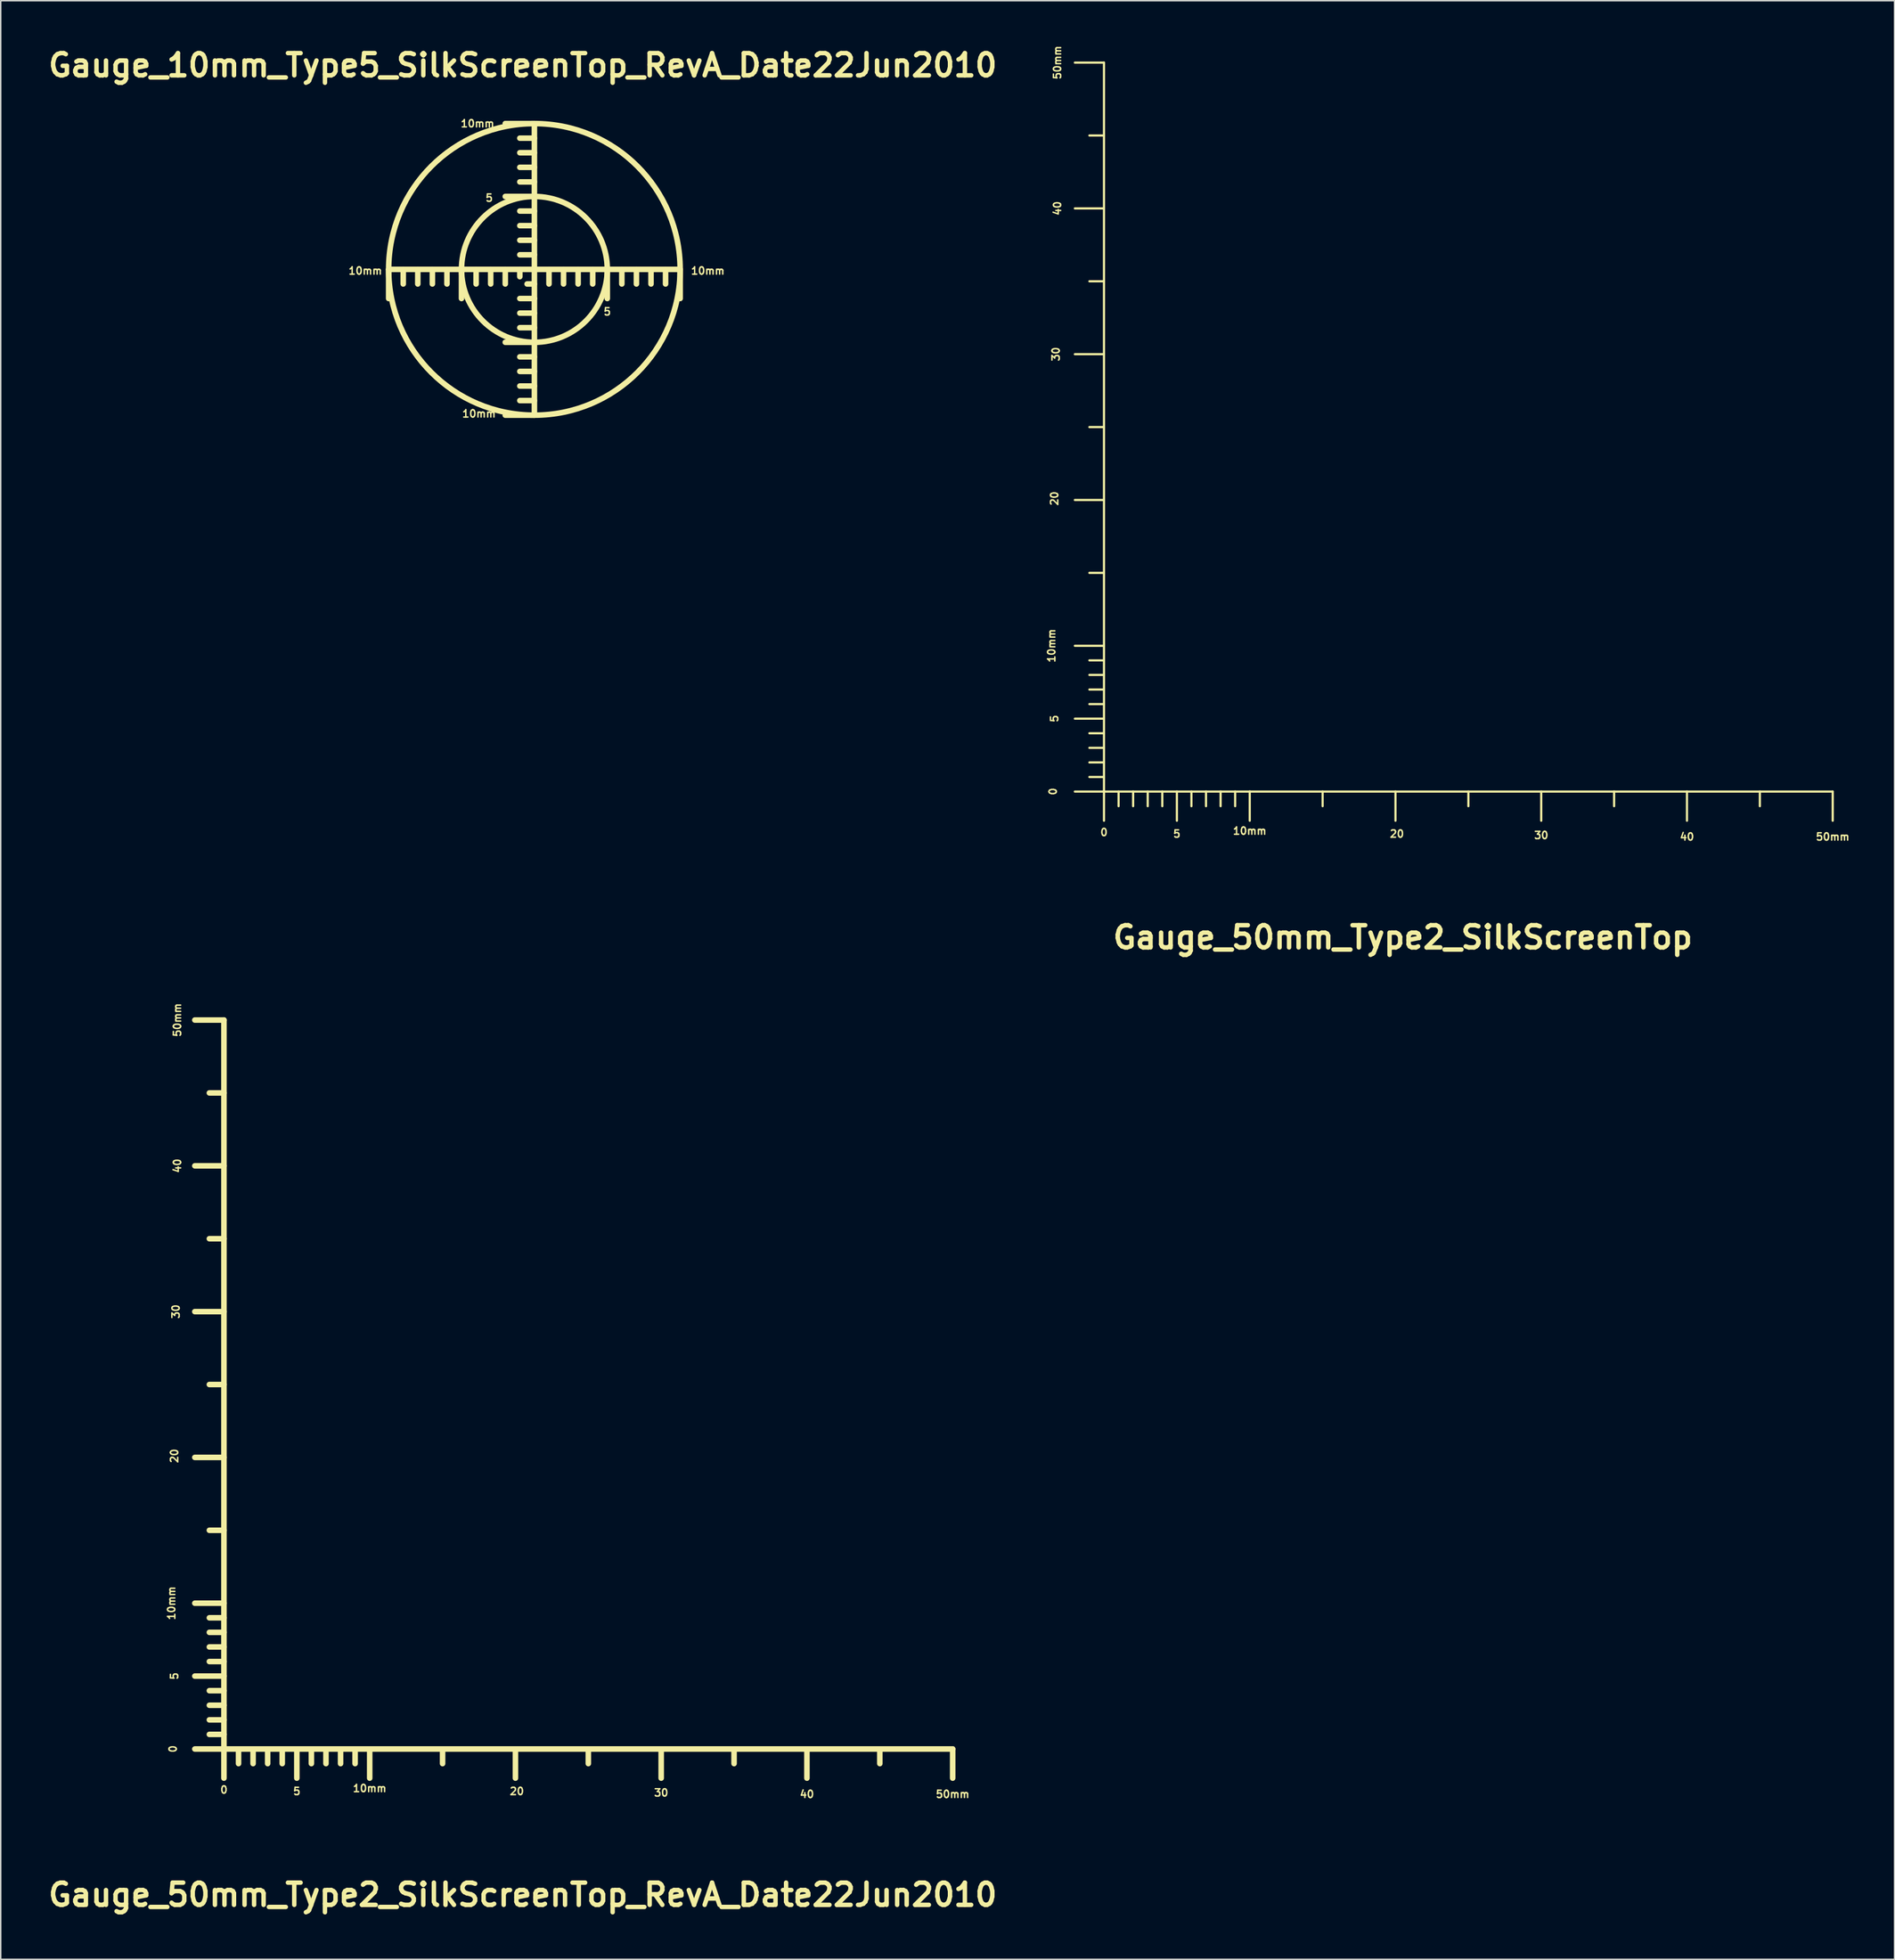
<source format=kicad_pcb>
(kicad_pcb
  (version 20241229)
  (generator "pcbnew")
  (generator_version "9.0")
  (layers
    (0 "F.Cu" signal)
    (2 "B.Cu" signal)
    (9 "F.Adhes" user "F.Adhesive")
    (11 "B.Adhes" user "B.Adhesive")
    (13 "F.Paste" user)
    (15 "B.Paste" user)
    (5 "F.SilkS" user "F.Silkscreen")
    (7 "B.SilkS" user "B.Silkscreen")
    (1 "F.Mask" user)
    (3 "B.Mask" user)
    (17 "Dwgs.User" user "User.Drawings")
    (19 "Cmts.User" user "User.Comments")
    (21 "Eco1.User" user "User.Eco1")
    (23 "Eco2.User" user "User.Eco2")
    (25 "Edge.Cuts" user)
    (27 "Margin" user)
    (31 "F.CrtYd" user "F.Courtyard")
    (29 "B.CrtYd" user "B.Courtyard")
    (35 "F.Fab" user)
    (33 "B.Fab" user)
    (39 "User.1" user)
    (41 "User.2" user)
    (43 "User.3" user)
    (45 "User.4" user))
  (footprint "Gauge_50mm_Type2_SilkScreenTop"
    (layer "F.Cu")
    (at 72.699 51.245)
    (property "Reference" "Gauge_50mm_Type2_SilkScreenTop" (at 20.5 10 0) (layer "F.SilkS") (effects (font (size 1.524 1.524) (thickness 0.305))))
    (attr through_hole)
    (fp_line (start 0 -50) (end -1.999 -50) (stroke (width 0.15) (type solid)) (layer "F.SilkS"))
    (fp_line (start 0 -45.001) (end -1.001 -45.001) (stroke (width 0.15) (type solid)) (layer "F.SilkS"))
    (fp_line (start 0 -40) (end -1.999 -40) (stroke (width 0.15) (type solid)) (layer "F.SilkS"))
    (fp_line (start 0 -35.001) (end -1.001 -35.001) (stroke (width 0.15) (type solid)) (layer "F.SilkS"))
    (fp_line (start 0 -30) (end -1.999 -30) (stroke (width 0.15) (type solid)) (layer "F.SilkS"))
    (fp_line (start 0 -25.001) (end -1.001 -25.001) (stroke (width 0.15) (type solid)) (layer "F.SilkS"))
    (fp_line (start 0 -20) (end -1.999 -20) (stroke (width 0.15) (type solid)) (layer "F.SilkS"))
    (fp_line (start 0 -15.001) (end -1.001 -15.001) (stroke (width 0.15) (type solid)) (layer "F.SilkS"))
    (fp_line (start 0 -10) (end -1.999 -10) (stroke (width 0.15) (type solid)) (layer "F.SilkS"))
    (fp_line (start 0 -8.999) (end -1.001 -8.999) (stroke (width 0.15) (type solid)) (layer "F.SilkS"))
    (fp_line (start 0 -8.001) (end -1.001 -8.001) (stroke (width 0.15) (type solid)) (layer "F.SilkS"))
    (fp_line (start 0 -7) (end -1.001 -7) (stroke (width 0.15) (type solid)) (layer "F.SilkS"))
    (fp_line (start 0 -5.999) (end -1.001 -5.999) (stroke (width 0.15) (type solid)) (layer "F.SilkS"))
    (fp_line (start 0 -5.001) (end -1.999 -5.001) (stroke (width 0.15) (type solid)) (layer "F.SilkS"))
    (fp_line (start 0 -4) (end -1.001 -4) (stroke (width 0.15) (type solid)) (layer "F.SilkS"))
    (fp_line (start 0 -3) (end -1.001 -3) (stroke (width 0.15) (type solid)) (layer "F.SilkS"))
    (fp_line (start 0 -1.999) (end -1.001 -1.999) (stroke (width 0.15) (type solid)) (layer "F.SilkS"))
    (fp_line (start 0 -1.001) (end -1.001 -1.001) (stroke (width 0.15) (type solid)) (layer "F.SilkS"))
    (fp_line (start 0 0) (end -1.999 0) (stroke (width 0.15) (type solid)) (layer "F.SilkS"))
    (fp_line (start 0 0) (end 0 -50) (stroke (width 0.15) (type solid)) (layer "F.SilkS"))
    (fp_line (start 0 0) (end 0 1.999) (stroke (width 0.15) (type solid)) (layer "F.SilkS"))
    (fp_line (start 0 0) (end 10 0) (stroke (width 0.15) (type solid)) (layer "F.SilkS"))
    (fp_line (start 1.001 0) (end 1.001 1.001) (stroke (width 0.15) (type solid)) (layer "F.SilkS"))
    (fp_line (start 1.999 0) (end 1.999 1.001) (stroke (width 0.15) (type solid)) (layer "F.SilkS"))
    (fp_line (start 3 0) (end 3 1.001) (stroke (width 0.15) (type solid)) (layer "F.SilkS"))
    (fp_line (start 4 0) (end 4 1.001) (stroke (width 0.15) (type solid)) (layer "F.SilkS"))
    (fp_line (start 5.001 0) (end 5.001 1.999) (stroke (width 0.15) (type solid)) (layer "F.SilkS"))
    (fp_line (start 5.999 0) (end 5.999 1.001) (stroke (width 0.15) (type solid)) (layer "F.SilkS"))
    (fp_line (start 7 0) (end 7 1.001) (stroke (width 0.15) (type solid)) (layer "F.SilkS"))
    (fp_line (start 8.001 0) (end 8.001 1.001) (stroke (width 0.15) (type solid)) (layer "F.SilkS"))
    (fp_line (start 8.999 0) (end 8.999 1.001) (stroke (width 0.15) (type solid)) (layer "F.SilkS"))
    (fp_line (start 10 0) (end 10 1.999) (stroke (width 0.15) (type solid)) (layer "F.SilkS"))
    (fp_line (start 10 0) (end 50 0) (stroke (width 0.15) (type solid)) (layer "F.SilkS"))
    (fp_line (start 15.001 0) (end 15.001 1.001) (stroke (width 0.15) (type solid)) (layer "F.SilkS"))
    (fp_line (start 20 0) (end 20 1.999) (stroke (width 0.15) (type solid)) (layer "F.SilkS"))
    (fp_line (start 25.001 0) (end 25.001 1.001) (stroke (width 0.15) (type solid)) (layer "F.SilkS"))
    (fp_line (start 30 0) (end 30 1.999) (stroke (width 0.15) (type solid)) (layer "F.SilkS"))
    (fp_line (start 35.001 0) (end 35.001 1.001) (stroke (width 0.15) (type solid)) (layer "F.SilkS"))
    (fp_line (start 40 0) (end 40 1.999) (stroke (width 0.15) (type solid)) (layer "F.SilkS"))
    (fp_line (start 45.001 0) (end 45.001 1.001) (stroke (width 0.15) (type solid)) (layer "F.SilkS"))
    (fp_line (start 50 0) (end 50 1.999) (stroke (width 0.15) (type solid)) (layer "F.SilkS"))
    (fp_text user "40" (at -3.198 -40.002 90) (layer "F.SilkS") (effects (font (size 0.5 0.5) (thickness 0.099))))
    (fp_text user "10mm" (at -3.599 -10.003 90) (layer "F.SilkS") (effects (font (size 0.5 0.5) (thickness 0.099))))
    (fp_text user "20" (at -3.399 -20.102 90) (layer "F.SilkS") (effects (font (size 0.5 0.5) (thickness 0.099))))
    (fp_text user "0" (at -3.5 -0.003 90) (layer "F.SilkS") (effects (font (size 0.5 0.5) (thickness 0.099))))
    (fp_text user "40" (at 40 3.101 0) (layer "F.SilkS") (effects (font (size 0.5 0.5) (thickness 0.099))))
    (fp_text user "5" (at -3.399 -5.001 90) (layer "F.SilkS") (effects (font (size 0.5 0.5) (thickness 0.099))))
    (fp_text user "10mm" (at 10 2.7 0) (layer "F.SilkS") (effects (font (size 0.5 0.5) (thickness 0.099))))
    (fp_text user "50mm" (at 50 3.101 0) (layer "F.SilkS") (effects (font (size 0.5 0.5) (thickness 0.099))))
    (fp_text user "20" (at 20.099 2.901 0) (layer "F.SilkS") (effects (font (size 0.5 0.5) (thickness 0.099))))
    (fp_text user "5" (at 4.999 2.901 0) (layer "F.SilkS") (effects (font (size 0.5 0.5) (thickness 0.099))))
    (fp_text user "30" (at -3.299 -30.002 90) (layer "F.SilkS") (effects (font (size 0.5 0.5) (thickness 0.099))))
    (fp_text user "50mm" (at -3.198 -50.002 90) (layer "F.SilkS") (effects (font (size 0.5 0.5) (thickness 0.099))))
    (fp_text user "30" (at 30 3 0) (layer "F.SilkS") (effects (font (size 0.5 0.5) (thickness 0.099))))
    (fp_text user "0" (at 0 2.799 0) (layer "F.SilkS") (effects (font (size 0.5 0.5) (thickness 0.099)))))
  (footprint "Gauge_10mm_Type5_SilkScreenTop_RevA_Date22Jun2010"
    (layer "F.Cu")
    (at 33.617 15.427)
    (property "Reference" "Gauge_10mm_Type5_SilkScreenTop_RevA_Date22Jun2010" (at -0.8 -14 0) (layer "F.SilkS") (effects (font (size 1.524 1.524) (thickness 0.305))))
    (attr through_hole)
    (fp_line (start -10 0) (end -10 1.999) (stroke (width 0.381) (type solid)) (layer "F.SilkS"))
    (fp_line (start -8.999 0) (end -8.999 1.001) (stroke (width 0.381) (type solid)) (layer "F.SilkS"))
    (fp_line (start -8.001 0) (end -8.001 1.001) (stroke (width 0.381) (type solid)) (layer "F.SilkS"))
    (fp_line (start -7 0) (end -7 1.001) (stroke (width 0.381) (type solid)) (layer "F.SilkS"))
    (fp_line (start -5.999 0) (end -5.999 1.001) (stroke (width 0.381) (type solid)) (layer "F.SilkS"))
    (fp_line (start -5.001 0) (end -5.001 1.999) (stroke (width 0.381) (type solid)) (layer "F.SilkS"))
    (fp_line (start -4 0) (end -4 1.001) (stroke (width 0.381) (type solid)) (layer "F.SilkS"))
    (fp_line (start -3 0) (end -3 1.001) (stroke (width 0.381) (type solid)) (layer "F.SilkS"))
    (fp_line (start -1.999 0) (end -1.999 1.001) (stroke (width 0.381) (type solid)) (layer "F.SilkS"))
    (fp_line (start -1.001 0) (end -1.001 0.5) (stroke (width 0.381) (type solid)) (layer "F.SilkS"))
    (fp_line (start 0 -10) (end -1.999 -10) (stroke (width 0.381) (type solid)) (layer "F.SilkS"))
    (fp_line (start 0 -8.999) (end -1.001 -8.999) (stroke (width 0.381) (type solid)) (layer "F.SilkS"))
    (fp_line (start 0 -8.001) (end -1.001 -8.001) (stroke (width 0.381) (type solid)) (layer "F.SilkS"))
    (fp_line (start 0 -7) (end -1.001 -7) (stroke (width 0.381) (type solid)) (layer "F.SilkS"))
    (fp_line (start 0 -5.999) (end -1.001 -5.999) (stroke (width 0.381) (type solid)) (layer "F.SilkS"))
    (fp_line (start 0 -5.001) (end -1.999 -5.001) (stroke (width 0.381) (type solid)) (layer "F.SilkS"))
    (fp_line (start 0 -4) (end -1.001 -4) (stroke (width 0.381) (type solid)) (layer "F.SilkS"))
    (fp_line (start 0 -3) (end -1.001 -3) (stroke (width 0.381) (type solid)) (layer "F.SilkS"))
    (fp_line (start 0 -1.999) (end -1.001 -1.999) (stroke (width 0.381) (type solid)) (layer "F.SilkS"))
    (fp_line (start 0 -1.001) (end -1.001 -1.001) (stroke (width 0.381) (type solid)) (layer "F.SilkS"))
    (fp_line (start 0 0) (end -10 0) (stroke (width 0.381) (type solid)) (layer "F.SilkS"))
    (fp_line (start 0 0) (end 0 -10) (stroke (width 0.381) (type solid)) (layer "F.SilkS"))
    (fp_line (start 0 0) (end 0 1.999) (stroke (width 0.381) (type solid)) (layer "F.SilkS"))
    (fp_line (start 0 0) (end 10 0) (stroke (width 0.381) (type solid)) (layer "F.SilkS"))
    (fp_line (start 0 1.001) (end -0.5 1.001) (stroke (width 0.381) (type solid)) (layer "F.SilkS"))
    (fp_line (start 0 1.999) (end -1.001 1.999) (stroke (width 0.381) (type solid)) (layer "F.SilkS"))
    (fp_line (start 0 1.999) (end 0 10) (stroke (width 0.381) (type solid)) (layer "F.SilkS"))
    (fp_line (start 0 3) (end -1.001 3) (stroke (width 0.381) (type solid)) (layer "F.SilkS"))
    (fp_line (start 0 4) (end -1.001 4) (stroke (width 0.381) (type solid)) (layer "F.SilkS"))
    (fp_line (start 0 5.001) (end -1.999 5.001) (stroke (width 0.381) (type solid)) (layer "F.SilkS"))
    (fp_line (start 0 5.999) (end -1.001 5.999) (stroke (width 0.381) (type solid)) (layer "F.SilkS"))
    (fp_line (start 0 7) (end -1.001 7) (stroke (width 0.381) (type solid)) (layer "F.SilkS"))
    (fp_line (start 0 8.001) (end -1.001 8.001) (stroke (width 0.381) (type solid)) (layer "F.SilkS"))
    (fp_line (start 0 8.999) (end -1.001 8.999) (stroke (width 0.381) (type solid)) (layer "F.SilkS"))
    (fp_line (start 0 10) (end -1.999 10) (stroke (width 0.381) (type solid)) (layer "F.SilkS"))
    (fp_line (start 1.001 0) (end 1.001 1.001) (stroke (width 0.381) (type solid)) (layer "F.SilkS"))
    (fp_line (start 1.999 0) (end 1.999 1.001) (stroke (width 0.381) (type solid)) (layer "F.SilkS"))
    (fp_line (start 3 0) (end 3 1.001) (stroke (width 0.381) (type solid)) (layer "F.SilkS"))
    (fp_line (start 4 0) (end 4 1.001) (stroke (width 0.381) (type solid)) (layer "F.SilkS"))
    (fp_line (start 5.001 0) (end 5.001 1.999) (stroke (width 0.381) (type solid)) (layer "F.SilkS"))
    (fp_line (start 5.999 0) (end 5.999 1.001) (stroke (width 0.381) (type solid)) (layer "F.SilkS"))
    (fp_line (start 7 0) (end 7 1.001) (stroke (width 0.381) (type solid)) (layer "F.SilkS"))
    (fp_line (start 8.001 0) (end 8.001 1.001) (stroke (width 0.381) (type solid)) (layer "F.SilkS"))
    (fp_line (start 8.999 0) (end 8.999 1.001) (stroke (width 0.381) (type solid)) (layer "F.SilkS"))
    (fp_line (start 10 0) (end 10 1.999) (stroke (width 0.381) (type solid)) (layer "F.SilkS"))
    (fp_circle (center 0 0) (end 5.001 0) (stroke (width 0.381) (type solid)) (fill no) (layer "F.SilkS"))
    (fp_circle (center 0 0) (end 10 0) (stroke (width 0.381) (type solid)) (fill no) (layer "F.SilkS"))
    (fp_text user "10mm" (at -3.901 -10 0) (layer "F.SilkS") (effects (font (size 0.5 0.5) (thickness 0.099))))
    (fp_text user "10mm" (at -11.6 0.099 0) (layer "F.SilkS") (effects (font (size 0.5 0.5) (thickness 0.099))))
    (fp_text user "5" (at 4.999 2.901 0) (layer "F.SilkS") (effects (font (size 0.5 0.5) (thickness 0.099))))
    (fp_text user "10mm" (at 11.9 0.099 0) (layer "F.SilkS") (effects (font (size 0.5 0.5) (thickness 0.099))))
    (fp_text user "5" (at -3.101 -4.9 0) (layer "F.SilkS") (effects (font (size 0.5 0.5) (thickness 0.099))))
    (fp_text user "10mm" (at -3.8 9.901 0) (layer "F.SilkS") (effects (font (size 0.5 0.5) (thickness 0.099)))))
  (footprint "Gauge_50mm_Type2_SilkScreenTop_RevA_Date22Jun2010"
    (layer "F.Cu")
    (at 12.316 116.916)
    (property "Reference" "Gauge_50mm_Type2_SilkScreenTop_RevA_Date22Jun2010" (at 20.5 10 0) (layer "F.SilkS") (effects (font (size 1.524 1.524) (thickness 0.305))))
    (attr through_hole)
    (fp_line (start 0 -50) (end -1.999 -50) (stroke (width 0.381) (type solid)) (layer "F.SilkS"))
    (fp_line (start 0 -45.001) (end -1.001 -45.001) (stroke (width 0.381) (type solid)) (layer "F.SilkS"))
    (fp_line (start 0 -40) (end -1.999 -40) (stroke (width 0.381) (type solid)) (layer "F.SilkS"))
    (fp_line (start 0 -35.001) (end -1.001 -35.001) (stroke (width 0.381) (type solid)) (layer "F.SilkS"))
    (fp_line (start 0 -30) (end -1.999 -30) (stroke (width 0.381) (type solid)) (layer "F.SilkS"))
    (fp_line (start 0 -25.001) (end -1.001 -25.001) (stroke (width 0.381) (type solid)) (layer "F.SilkS"))
    (fp_line (start 0 -20) (end -1.999 -20) (stroke (width 0.381) (type solid)) (layer "F.SilkS"))
    (fp_line (start 0 -15.001) (end -1.001 -15.001) (stroke (width 0.381) (type solid)) (layer "F.SilkS"))
    (fp_line (start 0 -10) (end -1.999 -10) (stroke (width 0.381) (type solid)) (layer "F.SilkS"))
    (fp_line (start 0 -8.999) (end -1.001 -8.999) (stroke (width 0.381) (type solid)) (layer "F.SilkS"))
    (fp_line (start 0 -8.001) (end -1.001 -8.001) (stroke (width 0.381) (type solid)) (layer "F.SilkS"))
    (fp_line (start 0 -7) (end -1.001 -7) (stroke (width 0.381) (type solid)) (layer "F.SilkS"))
    (fp_line (start 0 -5.999) (end -1.001 -5.999) (stroke (width 0.381) (type solid)) (layer "F.SilkS"))
    (fp_line (start 0 -5.001) (end -1.999 -5.001) (stroke (width 0.381) (type solid)) (layer "F.SilkS"))
    (fp_line (start 0 -4) (end -1.001 -4) (stroke (width 0.381) (type solid)) (layer "F.SilkS"))
    (fp_line (start 0 -3) (end -1.001 -3) (stroke (width 0.381) (type solid)) (layer "F.SilkS"))
    (fp_line (start 0 -1.999) (end -1.001 -1.999) (stroke (width 0.381) (type solid)) (layer "F.SilkS"))
    (fp_line (start 0 -1.001) (end -1.001 -1.001) (stroke (width 0.381) (type solid)) (layer "F.SilkS"))
    (fp_line (start 0 0) (end -1.999 0) (stroke (width 0.381) (type solid)) (layer "F.SilkS"))
    (fp_line (start 0 0) (end 0 -50) (stroke (width 0.381) (type solid)) (layer "F.SilkS"))
    (fp_line (start 0 0) (end 0 1.999) (stroke (width 0.381) (type solid)) (layer "F.SilkS"))
    (fp_line (start 0 0) (end 10 0) (stroke (width 0.381) (type solid)) (layer "F.SilkS"))
    (fp_line (start 1.001 0) (end 1.001 1.001) (stroke (width 0.381) (type solid)) (layer "F.SilkS"))
    (fp_line (start 1.999 0) (end 1.999 1.001) (stroke (width 0.381) (type solid)) (layer "F.SilkS"))
    (fp_line (start 3 0) (end 3 1.001) (stroke (width 0.381) (type solid)) (layer "F.SilkS"))
    (fp_line (start 4 0) (end 4 1.001) (stroke (width 0.381) (type solid)) (layer "F.SilkS"))
    (fp_line (start 5.001 0) (end 5.001 1.999) (stroke (width 0.381) (type solid)) (layer "F.SilkS"))
    (fp_line (start 5.999 0) (end 5.999 1.001) (stroke (width 0.381) (type solid)) (layer "F.SilkS"))
    (fp_line (start 7 0) (end 7 1.001) (stroke (width 0.381) (type solid)) (layer "F.SilkS"))
    (fp_line (start 8.001 0) (end 8.001 1.001) (stroke (width 0.381) (type solid)) (layer "F.SilkS"))
    (fp_line (start 8.999 0) (end 8.999 1.001) (stroke (width 0.381) (type solid)) (layer "F.SilkS"))
    (fp_line (start 10 0) (end 10 1.999) (stroke (width 0.381) (type solid)) (layer "F.SilkS"))
    (fp_line (start 10 0) (end 50 0) (stroke (width 0.381) (type solid)) (layer "F.SilkS"))
    (fp_line (start 15.001 0) (end 15.001 1.001) (stroke (width 0.381) (type solid)) (layer "F.SilkS"))
    (fp_line (start 20 0) (end 20 1.999) (stroke (width 0.381) (type solid)) (layer "F.SilkS"))
    (fp_line (start 25.001 0) (end 25.001 1.001) (stroke (width 0.381) (type solid)) (layer "F.SilkS"))
    (fp_line (start 30 0) (end 30 1.999) (stroke (width 0.381) (type solid)) (layer "F.SilkS"))
    (fp_line (start 35.001 0) (end 35.001 1.001) (stroke (width 0.381) (type solid)) (layer "F.SilkS"))
    (fp_line (start 40 0) (end 40 1.999) (stroke (width 0.381) (type solid)) (layer "F.SilkS"))
    (fp_line (start 45.001 0) (end 45.001 1.001) (stroke (width 0.381) (type solid)) (layer "F.SilkS"))
    (fp_line (start 50 0) (end 50 1.999) (stroke (width 0.381) (type solid)) (layer "F.SilkS"))
    (fp_text user "30" (at -3.299 -30.002 90) (layer "F.SilkS") (effects (font (size 0.5 0.5) (thickness 0.099))))
    (fp_text user "5" (at -3.399 -5.001 90) (layer "F.SilkS") (effects (font (size 0.5 0.5) (thickness 0.099))))
    (fp_text user "30" (at 30 3 0) (layer "F.SilkS") (effects (font (size 0.5 0.5) (thickness 0.099))))
    (fp_text user "5" (at 4.999 2.901 0) (layer "F.SilkS") (effects (font (size 0.5 0.5) (thickness 0.099))))
    (fp_text user "10mm" (at -3.599 -10.003 90) (layer "F.SilkS") (effects (font (size 0.5 0.5) (thickness 0.099))))
    (fp_text user "50mm" (at 50 3.101 0) (layer "F.SilkS") (effects (font (size 0.5 0.5) (thickness 0.099))))
    (fp_text user "20" (at -3.399 -20.102 90) (layer "F.SilkS") (effects (font (size 0.5 0.5) (thickness 0.099))))
    (fp_text user "20" (at 20.099 2.901 0) (layer "F.SilkS") (effects (font (size 0.5 0.5) (thickness 0.099))))
    (fp_text user "40" (at 40 3.101 0) (layer "F.SilkS") (effects (font (size 0.5 0.5) (thickness 0.099))))
    (fp_text user "10mm" (at 10 2.7 0) (layer "F.SilkS") (effects (font (size 0.5 0.5) (thickness 0.099))))
    (fp_text user "0" (at 0 2.799 0) (layer "F.SilkS") (effects (font (size 0.5 0.5) (thickness 0.099))))
    (fp_text user "40" (at -3.198 -40.002 90) (layer "F.SilkS") (effects (font (size 0.5 0.5) (thickness 0.099))))
    (fp_text user "0" (at -3.5 -0.003 90) (layer "F.SilkS") (effects (font (size 0.5 0.5) (thickness 0.099))))
    (fp_text user "50mm" (at -3.198 -50.002 90) (layer "F.SilkS") (effects (font (size 0.5 0.5) (thickness 0.099)))))
  (gr_rect
    (start -3 -3)
    (end 126.942 131.342)
    (stroke (width 0.1) (type default))
    (fill no)
    (layer "Edge.Cuts")))
</source>
